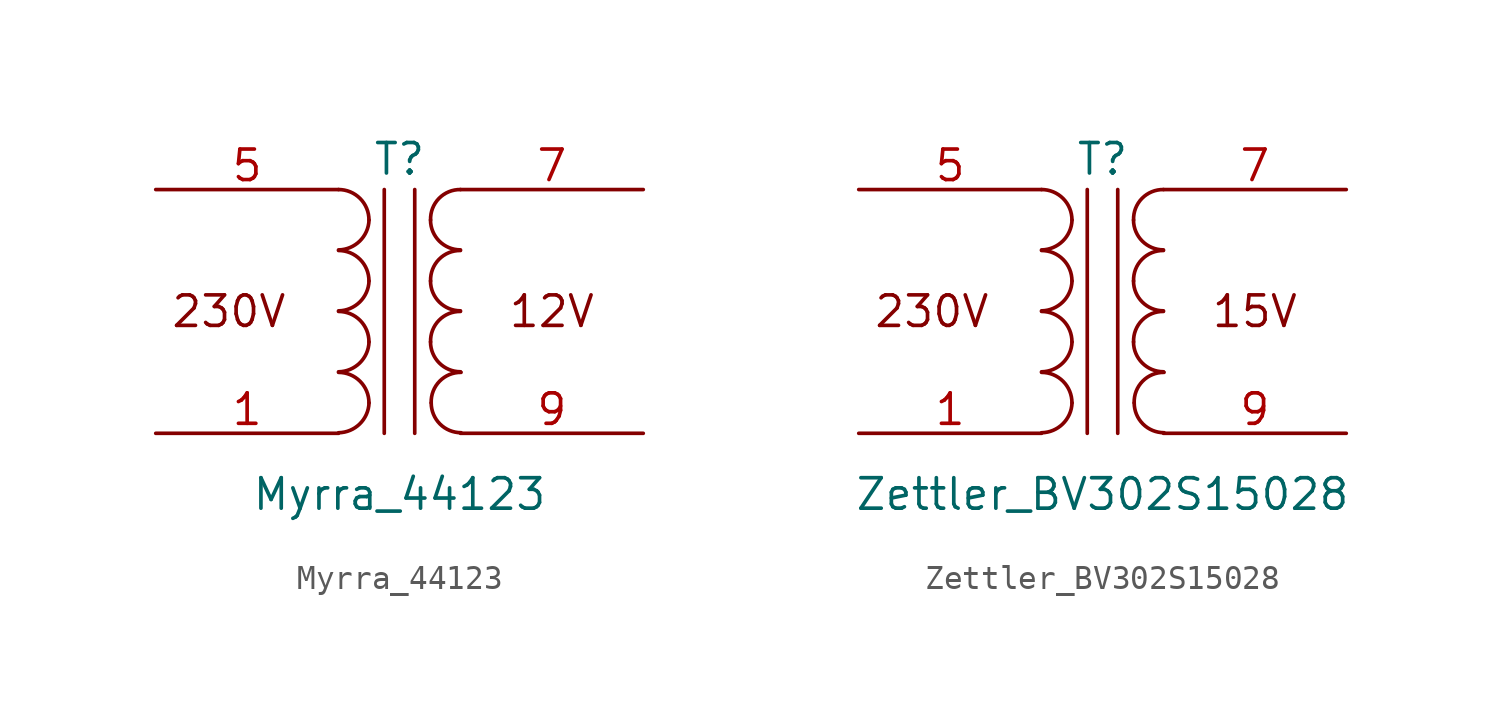
<source format=kicad_sym>
(kicad_symbol_lib
  (version 20211014)
  (generator kicad_symbol_editor)
  (symbol "Myrra_44123"
    (pin_names
      (offset 1.016) hide)
    (property "Reference" "T"
      (at 0 6.35 0)
      (effects (font (size 1.27 1.27))))
    (property "Value" "Myrra_44123"
      (at 0 -7.62 0)
      (effects (font (size 1.27 1.27))))
    (symbol "Myrra_44123_0_0"
      (text "12V" (at 6.35 0 0) (effects (font (size 1.27 1.27))))
      (text "230V" (at -7.112 0 0) (effects (font (size 1.27 1.27)))))
    (symbol "Myrra_44123_0_1"
      (arc (start -2.54 -5.0546) (mid -1.6599 -4.6901) (end -1.27 -3.81) (stroke (width 0) (type default) (color 0 0 0 0)) (fill (type none)))
      (arc (start -2.54 -2.5146) (mid -1.6599 -2.1501) (end -1.27 -1.27) (stroke (width 0) (type default) (color 0 0 0 0)) (fill (type none)))
      (arc (start -2.54 0.0254) (mid -1.6599 0.3899) (end -1.27 1.27) (stroke (width 0) (type default) (color 0 0 0 0)) (fill (type none)))
      (arc (start -2.54 2.5654) (mid -1.6599 2.9299) (end -1.27 3.81) (stroke (width 0) (type default) (color 0 0 0 0)) (fill (type none)))
      (arc (start -1.27 -3.81) (mid -1.642 -2.912) (end -2.54 -2.54) (stroke (width 0) (type default) (color 0 0 0 0)) (fill (type none)))
      (arc (start -1.27 -1.27) (mid -1.642 -0.372) (end -2.54 0) (stroke (width 0) (type default) (color 0 0 0 0)) (fill (type none)))
      (arc (start -1.27 1.27) (mid -1.642 2.168) (end -2.54 2.54) (stroke (width 0) (type default) (color 0 0 0 0)) (fill (type none)))
      (arc (start -1.27 3.81) (mid -1.642 4.708) (end -2.54 5.08) (stroke (width 0) (type default) (color 0 0 0 0)) (fill (type none)))
      (polyline (pts (xy -0.635 5.08) (xy -0.635 -5.08)) (stroke (width 0) (type default) (color 0 0 0 0)) (fill (type none)))
      (polyline (pts (xy 0.635 -5.08) (xy 0.635 5.08)) (stroke (width 0) (type default) (color 0 0 0 0)) (fill (type none)))
      (arc (start 1.2954 -1.27) (mid 1.6599 -2.1501) (end 2.54 -2.5146) (stroke (width 0) (type default) (color 0 0 0 0)) (fill (type none)))
      (arc (start 1.2954 1.27) (mid 1.6599 0.3899) (end 2.54 0.0254) (stroke (width 0) (type default) (color 0 0 0 0)) (fill (type none)))
      (arc (start 1.2954 3.81) (mid 1.6599 2.9299) (end 2.54 2.5654) (stroke (width 0) (type default) (color 0 0 0 0)) (fill (type none)))
      (arc (start 1.3208 -3.81) (mid 1.6853 -4.6901) (end 2.5654 -5.0546) (stroke (width 0) (type default) (color 0 0 0 0)) (fill (type none)))
      (arc (start 2.54 0) (mid 1.642 -0.372) (end 1.2954 -1.27) (stroke (width 0) (type default) (color 0 0 0 0)) (fill (type none)))
      (arc (start 2.54 2.54) (mid 1.642 2.168) (end 1.2954 1.27) (stroke (width 0) (type default) (color 0 0 0 0)) (fill (type none)))
      (arc (start 2.54 5.08) (mid 1.642 4.708) (end 1.2954 3.81) (stroke (width 0) (type default) (color 0 0 0 0)) (fill (type none)))
      (arc (start 2.5654 -2.54) (mid 1.6674 -2.912) (end 1.3208 -3.81) (stroke (width 0) (type default) (color 0 0 0 0)) (fill (type none))))
    (symbol "Myrra_44123_1_1"
      (pin passive line (at -10.16 -5.08 0) (length 7.62) (name "AB" (effects (font (size 1.27 1.27)))) (number "1" (effects (font (size 1.27 1.27)))))
      (pin passive line (at -10.16 5.08 0) (length 7.62) (name "AA" (effects (font (size 1.27 1.27)))) (number "5" (effects (font (size 1.27 1.27)))))
      (pin passive line (at 10.16 5.08 180) (length 7.62) (name "SB" (effects (font (size 1.27 1.27)))) (number "7" (effects (font (size 1.27 1.27)))))
      (pin passive line (at 10.16 -5.08 180) (length 7.62) (name "SA" (effects (font (size 1.27 1.27)))) (number "9" (effects (font (size 1.27 1.27)))))))
  (symbol "Zettler_BV302S15028"
    (pin_names
      (offset 1.016) hide)
    (property "Reference" "T"
      (at 0 6.35 0)
      (effects (font (size 1.27 1.27))))
    (property "Value" "Zettler_BV302S15028"
      (at 0 -7.62 0)
      (effects (font (size 1.27 1.27))))
    (symbol "Zettler_BV302S15028_0_0"
      (text "15V" (at 6.35 0 0) (effects (font (size 1.27 1.27))))
      (text "230V" (at -7.112 0 0) (effects (font (size 1.27 1.27)))))
    (symbol "Zettler_BV302S15028_0_1"
      (arc (start -2.54 -5.0546) (mid -1.6599 -4.6901) (end -1.27 -3.81) (stroke (width 0) (type default) (color 0 0 0 0)) (fill (type none)))
      (arc (start -2.54 -2.5146) (mid -1.6599 -2.1501) (end -1.27 -1.27) (stroke (width 0) (type default) (color 0 0 0 0)) (fill (type none)))
      (arc (start -2.54 0.0254) (mid -1.6599 0.3899) (end -1.27 1.27) (stroke (width 0) (type default) (color 0 0 0 0)) (fill (type none)))
      (arc (start -2.54 2.5654) (mid -1.6599 2.9299) (end -1.27 3.81) (stroke (width 0) (type default) (color 0 0 0 0)) (fill (type none)))
      (arc (start -1.27 -3.81) (mid -1.642 -2.912) (end -2.54 -2.54) (stroke (width 0) (type default) (color 0 0 0 0)) (fill (type none)))
      (arc (start -1.27 -1.27) (mid -1.642 -0.372) (end -2.54 0) (stroke (width 0) (type default) (color 0 0 0 0)) (fill (type none)))
      (arc (start -1.27 1.27) (mid -1.642 2.168) (end -2.54 2.54) (stroke (width 0) (type default) (color 0 0 0 0)) (fill (type none)))
      (arc (start -1.27 3.81) (mid -1.642 4.708) (end -2.54 5.08) (stroke (width 0) (type default) (color 0 0 0 0)) (fill (type none)))
      (polyline (pts (xy -0.635 5.08) (xy -0.635 -5.08)) (stroke (width 0) (type default) (color 0 0 0 0)) (fill (type none)))
      (polyline (pts (xy 0.635 -5.08) (xy 0.635 5.08)) (stroke (width 0) (type default) (color 0 0 0 0)) (fill (type none)))
      (arc (start 1.2954 -1.27) (mid 1.6599 -2.1501) (end 2.54 -2.5146) (stroke (width 0) (type default) (color 0 0 0 0)) (fill (type none)))
      (arc (start 1.2954 1.27) (mid 1.6599 0.3899) (end 2.54 0.0254) (stroke (width 0) (type default) (color 0 0 0 0)) (fill (type none)))
      (arc (start 1.2954 3.81) (mid 1.6599 2.9299) (end 2.54 2.5654) (stroke (width 0) (type default) (color 0 0 0 0)) (fill (type none)))
      (arc (start 1.3208 -3.81) (mid 1.6853 -4.6901) (end 2.5654 -5.0546) (stroke (width 0) (type default) (color 0 0 0 0)) (fill (type none)))
      (arc (start 2.54 0) (mid 1.642 -0.372) (end 1.2954 -1.27) (stroke (width 0) (type default) (color 0 0 0 0)) (fill (type none)))
      (arc (start 2.54 2.54) (mid 1.642 2.168) (end 1.2954 1.27) (stroke (width 0) (type default) (color 0 0 0 0)) (fill (type none)))
      (arc (start 2.54 5.08) (mid 1.642 4.708) (end 1.2954 3.81) (stroke (width 0) (type default) (color 0 0 0 0)) (fill (type none)))
      (arc (start 2.5654 -2.54) (mid 1.6674 -2.912) (end 1.3208 -3.81) (stroke (width 0) (type default) (color 0 0 0 0)) (fill (type none))))
    (symbol "Zettler_BV302S15028_1_1"
      (pin passive line (at -10.16 -5.08 0) (length 7.62) (name "AB" (effects (font (size 1.27 1.27)))) (number "1" (effects (font (size 1.27 1.27)))))
      (pin passive line (at -10.16 5.08 0) (length 7.62) (name "AA" (effects (font (size 1.27 1.27)))) (number "5" (effects (font (size 1.27 1.27)))))
      (pin passive line (at 10.16 5.08 180) (length 7.62) (name "SB" (effects (font (size 1.27 1.27)))) (number "7" (effects (font (size 1.27 1.27)))))
      (pin passive line (at 10.16 -5.08 180) (length 7.62) (name "SA" (effects (font (size 1.27 1.27)))) (number "9" (effects (font (size 1.27 1.27))))))))
</source>
